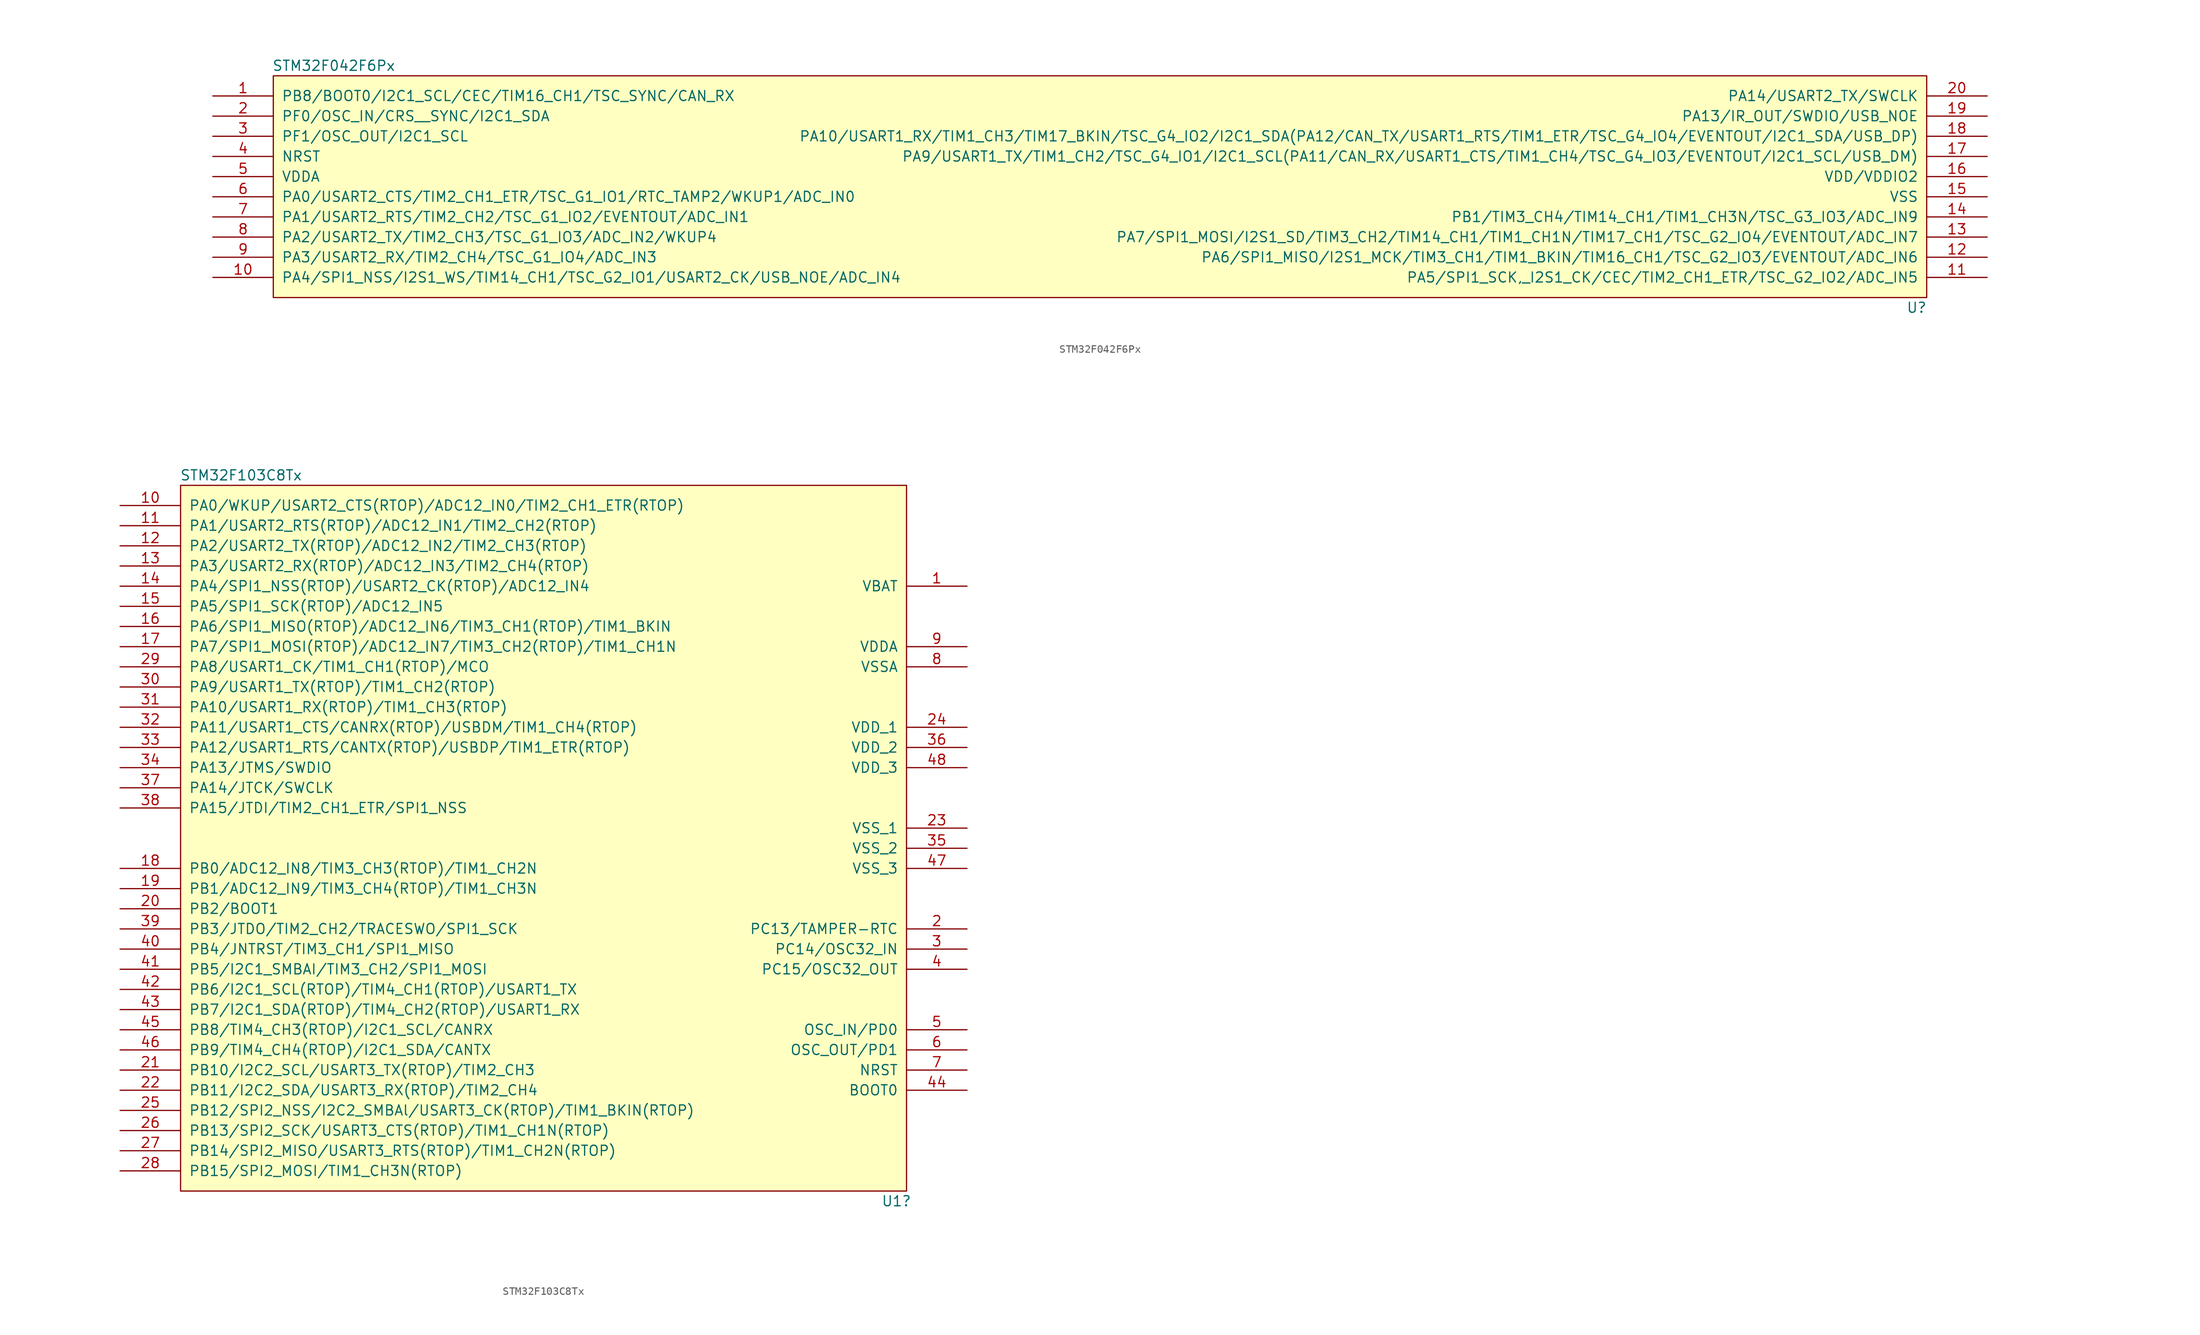
<source format=kicad_sym>
(kicad_symbol_lib
  (version 20211014)
  (generator kicad_symbol_editor)
  (symbol "STM32F042F6Px"
    (pin_names
      (offset 1.016))
    (property "Reference" "U"
      (at 207.01 -26.67 0)
      (effects (font (size 1.27 1.27))))
    (property "Value" "STM32F042F6Px"
      (at 7.62 3.81 0)
      (effects (font (size 1.27 1.27))))
    (symbol "STM32F042F6Px_0_1"
      (rectangle (start 208.28 -25.4) (end 0 2.54) (stroke (width 0) (type default) (color 0 0 0 0)) (fill (type background))))
    (symbol "STM32F042F6Px_1_1"
      (pin input line (at -7.62 0 0) (length 7.62) (name "PB8/BOOT0/I2C1_SCL/CEC/TIM16_CH1/TSC_SYNC/CAN_RX" (effects (font (size 1.27 1.27)))) (number "1" (effects (font (size 1.27 1.27)))))
      (pin input line (at -7.62 -22.86 0) (length 7.62) (name "PA4/SPI1_NSS/I2S1_WS/TIM14_CH1/TSC_G2_IO1/USART2_CK/USB_NOE/ADC_IN4" (effects (font (size 1.27 1.27)))) (number "10" (effects (font (size 1.27 1.27)))))
      (pin input line (at 215.9 -22.86 180) (length 7.62) (name "PA5/SPI1_SCK,_I2S1_CK/CEC/TIM2_CH1_ETR/TSC_G2_IO2/ADC_IN5" (effects (font (size 1.27 1.27)))) (number "11" (effects (font (size 1.27 1.27)))))
      (pin input line (at 215.9 -20.32 180) (length 7.62) (name "PA6/SPI1_MISO/I2S1_MCK/TIM3_CH1/TIM1_BKIN/TIM16_CH1/TSC_G2_IO3/EVENTOUT/ADC_IN6" (effects (font (size 1.27 1.27)))) (number "12" (effects (font (size 1.27 1.27)))))
      (pin input line (at 215.9 -17.78 180) (length 7.62) (name "PA7/SPI1_MOSI/I2S1_SD/TIM3_CH2/TIM14_CH1/TIM1_CH1N/TIM17_CH1/TSC_G2_IO4/EVENTOUT/ADC_IN7" (effects (font (size 1.27 1.27)))) (number "13" (effects (font (size 1.27 1.27)))))
      (pin input line (at 215.9 -15.24 180) (length 7.62) (name "PB1/TIM3_CH4/TIM14_CH1/TIM1_CH3N/TSC_G3_IO3/ADC_IN9" (effects (font (size 1.27 1.27)))) (number "14" (effects (font (size 1.27 1.27)))))
      (pin input line (at 215.9 -12.7 180) (length 7.62) (name "VSS" (effects (font (size 1.27 1.27)))) (number "15" (effects (font (size 1.27 1.27)))))
      (pin input line (at 215.9 -10.16 180) (length 7.62) (name "VDD/VDDIO2" (effects (font (size 1.27 1.27)))) (number "16" (effects (font (size 1.27 1.27)))))
      (pin input line (at 215.9 -7.62 180) (length 7.62) (name "PA9/USART1_TX/TIM1_CH2/TSC_G4_IO1/I2C1_SCL(PA11/CAN_RX/USART1_CTS/TIM1_CH4/TSC_G4_IO3/EVENTOUT/I2C1_SCL/USB_DM)" (effects (font (size 1.27 1.27)))) (number "17" (effects (font (size 1.27 1.27)))))
      (pin input line (at 215.9 -5.08 180) (length 7.62) (name "PA10/USART1_RX/TIM1_CH3/TIM17_BKIN/TSC_G4_IO2/I2C1_SDA(PA12/CAN_TX/USART1_RTS/TIM1_ETR/TSC_G4_IO4/EVENTOUT/I2C1_SDA/USB_DP)" (effects (font (size 1.27 1.27)))) (number "18" (effects (font (size 1.27 1.27)))))
      (pin input line (at 215.9 -2.54 180) (length 7.62) (name "PA13/IR_OUT/SWDIO/USB_NOE" (effects (font (size 1.27 1.27)))) (number "19" (effects (font (size 1.27 1.27)))))
      (pin input line (at -7.62 -2.54 0) (length 7.62) (name "PF0/OSC_IN/CRS__SYNC/I2C1_SDA" (effects (font (size 1.27 1.27)))) (number "2" (effects (font (size 1.27 1.27)))))
      (pin input line (at 215.9 0 180) (length 7.62) (name "PA14/USART2_TX/SWCLK" (effects (font (size 1.27 1.27)))) (number "20" (effects (font (size 1.27 1.27)))))
      (pin input line (at -7.62 -5.08 0) (length 7.62) (name "PF1/OSC_OUT/I2C1_SCL" (effects (font (size 1.27 1.27)))) (number "3" (effects (font (size 1.27 1.27)))))
      (pin input line (at -7.62 -7.62 0) (length 7.62) (name "NRST" (effects (font (size 1.27 1.27)))) (number "4" (effects (font (size 1.27 1.27)))))
      (pin input line (at -7.62 -10.16 0) (length 7.62) (name "VDDA" (effects (font (size 1.27 1.27)))) (number "5" (effects (font (size 1.27 1.27)))))
      (pin input line (at -7.62 -12.7 0) (length 7.62) (name "PA0/USART2_CTS/TIM2_CH1_ETR/TSC_G1_IO1/RTC_TAMP2/WKUP1/ADC_IN0" (effects (font (size 1.27 1.27)))) (number "6" (effects (font (size 1.27 1.27)))))
      (pin input line (at -7.62 -15.24 0) (length 7.62) (name "PA1/USART2_RTS/TIM2_CH2/TSC_G1_IO2/EVENTOUT/ADC_IN1" (effects (font (size 1.27 1.27)))) (number "7" (effects (font (size 1.27 1.27)))))
      (pin input line (at -7.62 -17.78 0) (length 7.62) (name "PA2/USART2_TX/TIM2_CH3/TSC_G1_IO3/ADC_IN2/WKUP4" (effects (font (size 1.27 1.27)))) (number "8" (effects (font (size 1.27 1.27)))))
      (pin input line (at -7.62 -20.32 0) (length 7.62) (name "PA3/USART2_RX/TIM2_CH4/TSC_G1_IO4/ADC_IN3" (effects (font (size 1.27 1.27)))) (number "9" (effects (font (size 1.27 1.27)))))))
  (symbol "STM32F103C8Tx"
    (pin_names
      (offset 1.016))
    (property "Reference" "U1"
      (at 48.26 -55.88 0)
      (effects (font (size 1.27 1.27))))
    (property "Value" "STM32F103C8Tx"
      (at -34.29 35.56 0)
      (effects (font (size 1.27 1.27))))
    (symbol "STM32F103C8Tx_0_1"
      (rectangle (start -41.91 -54.61) (end 49.53 34.29) (stroke (width 0) (type default) (color 0 0 0 0)) (fill (type background))))
    (symbol "STM32F103C8Tx_1_1"
      (pin power_in line (at 57.15 21.59 180) (length 7.62) (name "VBAT" (effects (font (size 1.27 1.27)))) (number "1" (effects (font (size 1.27 1.27)))))
      (pin bidirectional line (at -49.53 31.75 0) (length 7.62) (name "PA0/WKUP/USART2_CTS(RTOP)/ADC12_IN0/TIM2_CH1_ETR(RTOP)" (effects (font (size 1.27 1.27)))) (number "10" (effects (font (size 1.27 1.27)))))
      (pin bidirectional line (at -49.53 29.21 0) (length 7.62) (name "PA1/USART2_RTS(RTOP)/ADC12_IN1/TIM2_CH2(RTOP)" (effects (font (size 1.27 1.27)))) (number "11" (effects (font (size 1.27 1.27)))))
      (pin bidirectional line (at -49.53 26.67 0) (length 7.62) (name "PA2/USART2_TX(RTOP)/ADC12_IN2/TIM2_CH3(RTOP)" (effects (font (size 1.27 1.27)))) (number "12" (effects (font (size 1.27 1.27)))))
      (pin bidirectional line (at -49.53 24.13 0) (length 7.62) (name "PA3/USART2_RX(RTOP)/ADC12_IN3/TIM2_CH4(RTOP)" (effects (font (size 1.27 1.27)))) (number "13" (effects (font (size 1.27 1.27)))))
      (pin bidirectional line (at -49.53 21.59 0) (length 7.62) (name "PA4/SPI1_NSS(RTOP)/USART2_CK(RTOP)/ADC12_IN4" (effects (font (size 1.27 1.27)))) (number "14" (effects (font (size 1.27 1.27)))))
      (pin bidirectional line (at -49.53 19.05 0) (length 7.62) (name "PA5/SPI1_SCK(RTOP)/ADC12_IN5" (effects (font (size 1.27 1.27)))) (number "15" (effects (font (size 1.27 1.27)))))
      (pin bidirectional line (at -49.53 16.51 0) (length 7.62) (name "PA6/SPI1_MISO(RTOP)/ADC12_IN6/TIM3_CH1(RTOP)/TIM1_BKIN" (effects (font (size 1.27 1.27)))) (number "16" (effects (font (size 1.27 1.27)))))
      (pin bidirectional line (at -49.53 13.97 0) (length 7.62) (name "PA7/SPI1_MOSI(RTOP)/ADC12_IN7/TIM3_CH2(RTOP)/TIM1_CH1N" (effects (font (size 1.27 1.27)))) (number "17" (effects (font (size 1.27 1.27)))))
      (pin bidirectional line (at -49.53 -13.97 0) (length 7.62) (name "PB0/ADC12_IN8/TIM3_CH3(RTOP)/TIM1_CH2N" (effects (font (size 1.27 1.27)))) (number "18" (effects (font (size 1.27 1.27)))))
      (pin bidirectional line (at -49.53 -16.51 0) (length 7.62) (name "PB1/ADC12_IN9/TIM3_CH4(RTOP)/TIM1_CH3N" (effects (font (size 1.27 1.27)))) (number "19" (effects (font (size 1.27 1.27)))))
      (pin bidirectional line (at 57.15 -21.59 180) (length 7.62) (name "PC13/TAMPER-RTC" (effects (font (size 1.27 1.27)))) (number "2" (effects (font (size 1.27 1.27)))))
      (pin bidirectional line (at -49.53 -19.05 0) (length 7.62) (name "PB2/BOOT1" (effects (font (size 1.27 1.27)))) (number "20" (effects (font (size 1.27 1.27)))))
      (pin bidirectional line (at -49.53 -39.37 0) (length 7.62) (name "PB10/I2C2_SCL/USART3_TX(RTOP)/TIM2_CH3" (effects (font (size 1.27 1.27)))) (number "21" (effects (font (size 1.27 1.27)))))
      (pin bidirectional line (at -49.53 -41.91 0) (length 7.62) (name "PB11/I2C2_SDA/USART3_RX(RTOP)/TIM2_CH4" (effects (font (size 1.27 1.27)))) (number "22" (effects (font (size 1.27 1.27)))))
      (pin power_in line (at 57.15 -8.89 180) (length 7.62) (name "VSS_1" (effects (font (size 1.27 1.27)))) (number "23" (effects (font (size 1.27 1.27)))))
      (pin power_in line (at 57.15 3.81 180) (length 7.62) (name "VDD_1" (effects (font (size 1.27 1.27)))) (number "24" (effects (font (size 1.27 1.27)))))
      (pin bidirectional line (at -49.53 -44.45 0) (length 7.62) (name "PB12/SPI2_NSS/I2C2_SMBAl/USART3_CK(RTOP)/TIM1_BKIN(RTOP)" (effects (font (size 1.27 1.27)))) (number "25" (effects (font (size 1.27 1.27)))))
      (pin bidirectional line (at -49.53 -46.99 0) (length 7.62) (name "PB13/SPI2_SCK/USART3_CTS(RTOP)/TIM1_CH1N(RTOP)" (effects (font (size 1.27 1.27)))) (number "26" (effects (font (size 1.27 1.27)))))
      (pin bidirectional line (at -49.53 -49.53 0) (length 7.62) (name "PB14/SPI2_MISO/USART3_RTS(RTOP)/TIM1_CH2N(RTOP)" (effects (font (size 1.27 1.27)))) (number "27" (effects (font (size 1.27 1.27)))))
      (pin bidirectional line (at -49.53 -52.07 0) (length 7.62) (name "PB15/SPI2_MOSI/TIM1_CH3N(RTOP)" (effects (font (size 1.27 1.27)))) (number "28" (effects (font (size 1.27 1.27)))))
      (pin bidirectional line (at -49.53 11.43 0) (length 7.62) (name "PA8/USART1_CK/TIM1_CH1(RTOP)/MCO" (effects (font (size 1.27 1.27)))) (number "29" (effects (font (size 1.27 1.27)))))
      (pin bidirectional line (at 57.15 -24.13 180) (length 7.62) (name "PC14/OSC32_IN" (effects (font (size 1.27 1.27)))) (number "3" (effects (font (size 1.27 1.27)))))
      (pin bidirectional line (at -49.53 8.89 0) (length 7.62) (name "PA9/USART1_TX(RTOP)/TIM1_CH2(RTOP)" (effects (font (size 1.27 1.27)))) (number "30" (effects (font (size 1.27 1.27)))))
      (pin bidirectional line (at -49.53 6.35 0) (length 7.62) (name "PA10/USART1_RX(RTOP)/TIM1_CH3(RTOP)" (effects (font (size 1.27 1.27)))) (number "31" (effects (font (size 1.27 1.27)))))
      (pin bidirectional line (at -49.53 3.81 0) (length 7.62) (name "PA11/USART1_CTS/CANRX(RTOP)/USBDM/TIM1_CH4(RTOP)" (effects (font (size 1.27 1.27)))) (number "32" (effects (font (size 1.27 1.27)))))
      (pin bidirectional line (at -49.53 1.27 0) (length 7.62) (name "PA12/USART1_RTS/CANTX(RTOP)/USBDP/TIM1_ETR(RTOP)" (effects (font (size 1.27 1.27)))) (number "33" (effects (font (size 1.27 1.27)))))
      (pin bidirectional line (at -49.53 -1.27 0) (length 7.62) (name "PA13/JTMS/SWDIO" (effects (font (size 1.27 1.27)))) (number "34" (effects (font (size 1.27 1.27)))))
      (pin power_in line (at 57.15 -11.43 180) (length 7.62) (name "VSS_2" (effects (font (size 1.27 1.27)))) (number "35" (effects (font (size 1.27 1.27)))))
      (pin power_in line (at 57.15 1.27 180) (length 7.62) (name "VDD_2" (effects (font (size 1.27 1.27)))) (number "36" (effects (font (size 1.27 1.27)))))
      (pin bidirectional line (at -49.53 -3.81 0) (length 7.62) (name "PA14/JTCK/SWCLK" (effects (font (size 1.27 1.27)))) (number "37" (effects (font (size 1.27 1.27)))))
      (pin bidirectional line (at -49.53 -6.35 0) (length 7.62) (name "PA15/JTDI/TIM2_CH1_ETR/SPI1_NSS" (effects (font (size 1.27 1.27)))) (number "38" (effects (font (size 1.27 1.27)))))
      (pin bidirectional line (at -49.53 -21.59 0) (length 7.62) (name "PB3/JTDO/TIM2_CH2/TRACESWO/SPI1_SCK" (effects (font (size 1.27 1.27)))) (number "39" (effects (font (size 1.27 1.27)))))
      (pin bidirectional line (at 57.15 -26.67 180) (length 7.62) (name "PC15/OSC32_OUT" (effects (font (size 1.27 1.27)))) (number "4" (effects (font (size 1.27 1.27)))))
      (pin bidirectional line (at -49.53 -24.13 0) (length 7.62) (name "PB4/JNTRST/TIM3_CH1/SPI1_MISO" (effects (font (size 1.27 1.27)))) (number "40" (effects (font (size 1.27 1.27)))))
      (pin bidirectional line (at -49.53 -26.67 0) (length 7.62) (name "PB5/I2C1_SMBAI/TIM3_CH2/SPI1_MOSI" (effects (font (size 1.27 1.27)))) (number "41" (effects (font (size 1.27 1.27)))))
      (pin bidirectional line (at -49.53 -29.21 0) (length 7.62) (name "PB6/I2C1_SCL(RTOP)/TIM4_CH1(RTOP)/USART1_TX" (effects (font (size 1.27 1.27)))) (number "42" (effects (font (size 1.27 1.27)))))
      (pin bidirectional line (at -49.53 -31.75 0) (length 7.62) (name "PB7/I2C1_SDA(RTOP)/TIM4_CH2(RTOP)/USART1_RX" (effects (font (size 1.27 1.27)))) (number "43" (effects (font (size 1.27 1.27)))))
      (pin input line (at 57.15 -41.91 180) (length 7.62) (name "BOOT0" (effects (font (size 1.27 1.27)))) (number "44" (effects (font (size 1.27 1.27)))))
      (pin bidirectional line (at -49.53 -34.29 0) (length 7.62) (name "PB8/TIM4_CH3(RTOP)/I2C1_SCL/CANRX" (effects (font (size 1.27 1.27)))) (number "45" (effects (font (size 1.27 1.27)))))
      (pin bidirectional line (at -49.53 -36.83 0) (length 7.62) (name "PB9/TIM4_CH4(RTOP)/I2C1_SDA/CANTX" (effects (font (size 1.27 1.27)))) (number "46" (effects (font (size 1.27 1.27)))))
      (pin power_in line (at 57.15 -13.97 180) (length 7.62) (name "VSS_3" (effects (font (size 1.27 1.27)))) (number "47" (effects (font (size 1.27 1.27)))))
      (pin power_in line (at 57.15 -1.27 180) (length 7.62) (name "VDD_3" (effects (font (size 1.27 1.27)))) (number "48" (effects (font (size 1.27 1.27)))))
      (pin bidirectional line (at 57.15 -34.29 180) (length 7.62) (name "OSC_IN/PD0" (effects (font (size 1.27 1.27)))) (number "5" (effects (font (size 1.27 1.27)))))
      (pin bidirectional line (at 57.15 -36.83 180) (length 7.62) (name "OSC_OUT/PD1" (effects (font (size 1.27 1.27)))) (number "6" (effects (font (size 1.27 1.27)))))
      (pin input line (at 57.15 -39.37 180) (length 7.62) (name "NRST" (effects (font (size 1.27 1.27)))) (number "7" (effects (font (size 1.27 1.27)))))
      (pin power_in line (at 57.15 11.43 180) (length 7.62) (name "VSSA" (effects (font (size 1.27 1.27)))) (number "8" (effects (font (size 1.27 1.27)))))
      (pin power_in line (at 57.15 13.97 180) (length 7.62) (name "VDDA" (effects (font (size 1.27 1.27)))) (number "9" (effects (font (size 1.27 1.27))))))))
</source>
